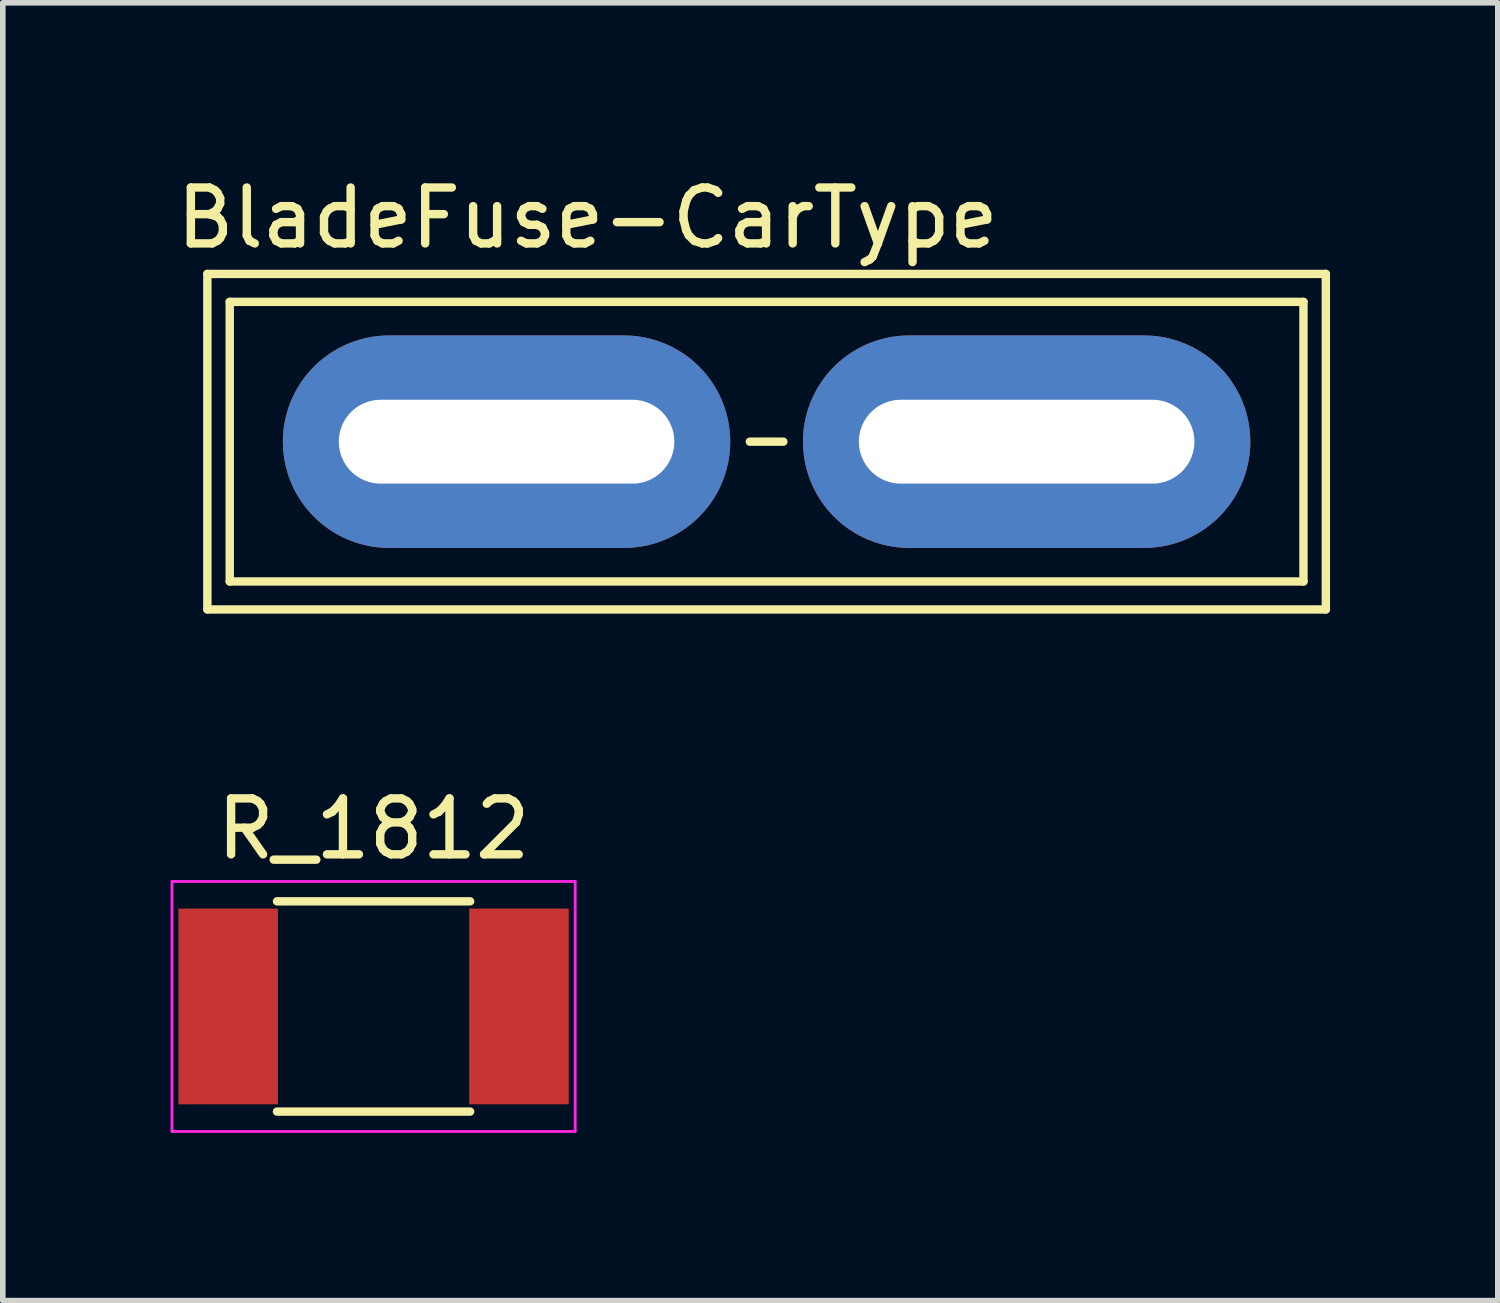
<source format=kicad_pcb>
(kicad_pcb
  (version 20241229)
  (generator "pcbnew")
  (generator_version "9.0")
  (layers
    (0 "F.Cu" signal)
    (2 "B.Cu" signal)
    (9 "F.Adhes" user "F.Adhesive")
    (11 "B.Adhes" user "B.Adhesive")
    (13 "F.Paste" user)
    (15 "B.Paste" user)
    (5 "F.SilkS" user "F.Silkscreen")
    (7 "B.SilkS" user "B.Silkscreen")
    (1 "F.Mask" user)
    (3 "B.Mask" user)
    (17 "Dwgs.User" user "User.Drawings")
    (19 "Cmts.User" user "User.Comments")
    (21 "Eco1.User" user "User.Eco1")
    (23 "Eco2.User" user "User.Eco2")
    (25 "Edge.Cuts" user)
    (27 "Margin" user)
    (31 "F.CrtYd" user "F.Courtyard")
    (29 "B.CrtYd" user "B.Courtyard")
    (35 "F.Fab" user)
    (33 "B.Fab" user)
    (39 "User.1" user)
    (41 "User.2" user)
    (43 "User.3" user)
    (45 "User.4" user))
  (footprint "BladeFuse-CarType"
    (layer "F.Cu")
    (at 10.658 4.848)
    (property "Reference" "BladeFuse-CarType" (at -3.2 -4 0) (layer "F.SilkS") (effects (font (size 1 1) (thickness 0.15))))
    (attr through_hole)
    (fp_line (start -10 -3) (end 10 -3) (stroke (width 0.15) (type solid)) (layer "F.SilkS"))
    (fp_line (start -10 3) (end -10 -3) (stroke (width 0.15) (type solid)) (layer "F.SilkS"))
    (fp_line (start -9.6 -2.5) (end 9.6 -2.5) (stroke (width 0.15) (type solid)) (layer "F.SilkS"))
    (fp_line (start -9.6 2.5) (end -9.6 -2.5) (stroke (width 0.15) (type solid)) (layer "F.SilkS"))
    (fp_line (start 0.3 0) (end -0.3 0) (stroke (width 0.15) (type solid)) (layer "F.SilkS"))
    (fp_line (start 9.6 -2.5) (end 9.6 2.5) (stroke (width 0.15) (type solid)) (layer "F.SilkS"))
    (fp_line (start 9.6 2.5) (end -9.6 2.5) (stroke (width 0.15) (type solid)) (layer "F.SilkS"))
    (fp_line (start 10 -3) (end 10 3) (stroke (width 0.15) (type solid)) (layer "F.SilkS"))
    (fp_line (start 10 3) (end -10 3) (stroke (width 0.15) (type solid)) (layer "F.SilkS"))
    (pad "1" thru_hole oval (at -4.65 0) (size 8 3.8) (drill oval 6 1.5) (layers "*.Cu" "*.Mask"))
    (pad "2" thru_hole oval (at 4.65 0) (size 8 3.8) (drill oval 6 1.5) (layers "*.Cu" "*.Mask")))
  (footprint "R_1812"
    (layer "F.Cu")
    (at 3.63 14.947)
    (property "Reference" "R_1812" (at 0 -3.175 0) (layer "F.SilkS") (effects (font (size 1 1) (thickness 0.15))))
    (attr smd)
    (fp_line (start -1.727 -1.88) (end 1.727 -1.88) (stroke (width 0.15) (type solid)) (layer "F.SilkS"))
    (fp_line (start -1.727 1.88) (end 1.727 1.88) (stroke (width 0.15) (type solid)) (layer "F.SilkS"))
    (fp_line (start -3.605 -2.235) (end 3.605 -2.235) (stroke (width 0.05) (type solid)) (layer "F.CrtYd"))
    (fp_line (start -3.605 2.235) (end -3.605 -2.235) (stroke (width 0.05) (type solid)) (layer "F.CrtYd"))
    (fp_line (start 3.605 -2.235) (end 3.605 2.235) (stroke (width 0.05) (type solid)) (layer "F.CrtYd"))
    (fp_line (start 3.605 2.235) (end -3.605 2.235) (stroke (width 0.05) (type solid)) (layer "F.CrtYd"))
    (pad "1" smd rect (at -2.6 0) (size 1.78 3.5) (layers "F.Cu" "F.Mask" "F.Paste"))
    (pad "2" smd rect (at 2.6 0) (size 1.78 3.5) (layers "F.Cu" "F.Mask" "F.Paste")))
  (gr_rect
    (start -3 -3)
    (end 23.733 20.207)
    (stroke (width 0.1) (type default))
    (fill no)
    (layer "Edge.Cuts")))
</source>
